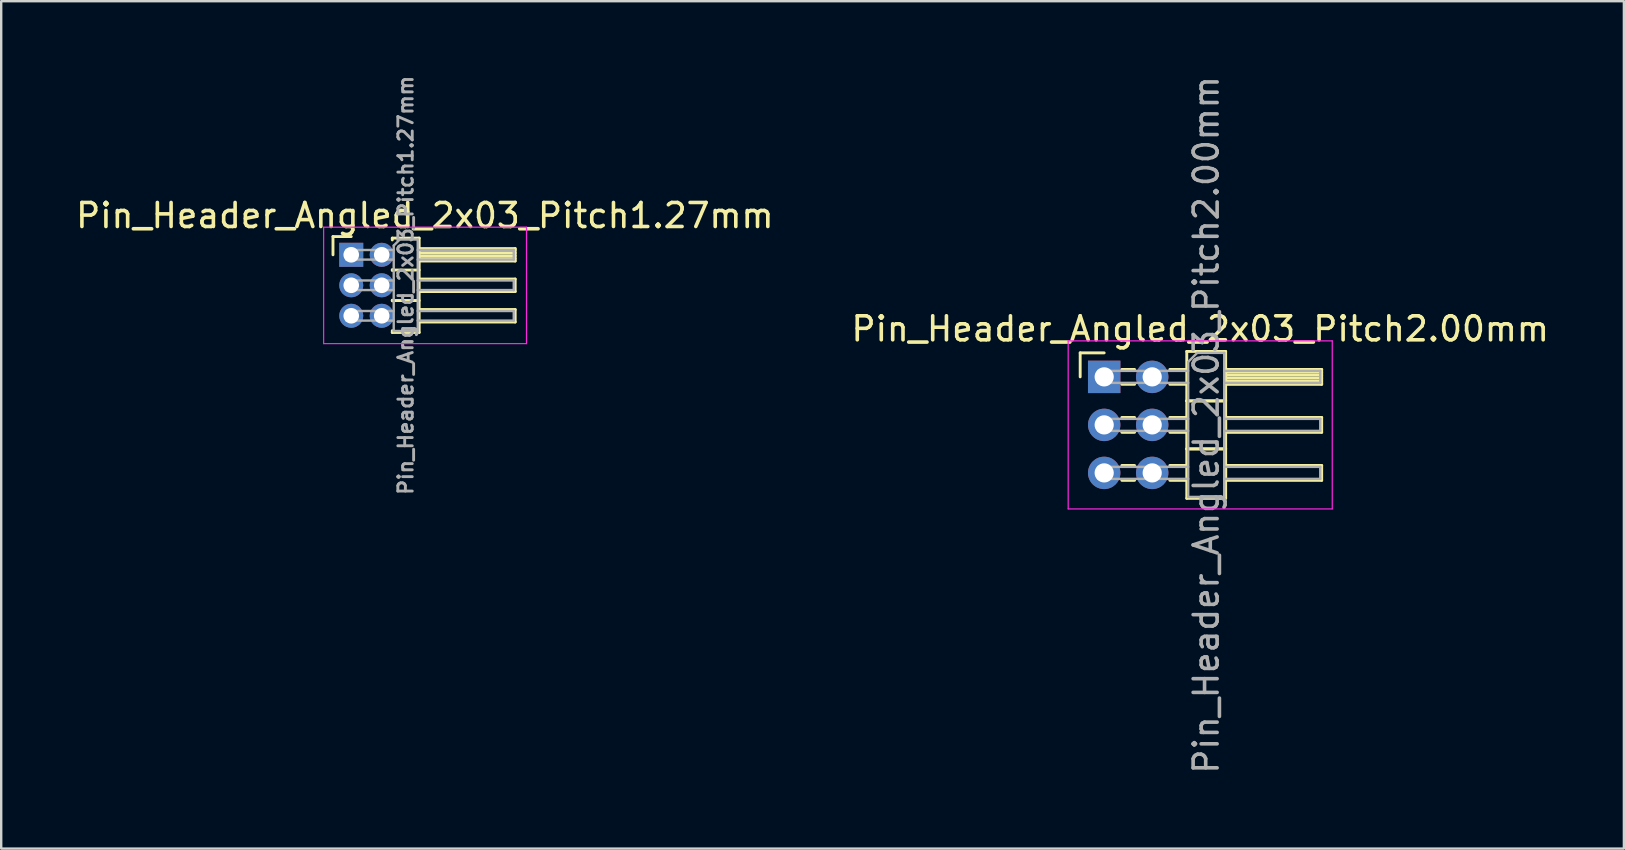
<source format=kicad_pcb>
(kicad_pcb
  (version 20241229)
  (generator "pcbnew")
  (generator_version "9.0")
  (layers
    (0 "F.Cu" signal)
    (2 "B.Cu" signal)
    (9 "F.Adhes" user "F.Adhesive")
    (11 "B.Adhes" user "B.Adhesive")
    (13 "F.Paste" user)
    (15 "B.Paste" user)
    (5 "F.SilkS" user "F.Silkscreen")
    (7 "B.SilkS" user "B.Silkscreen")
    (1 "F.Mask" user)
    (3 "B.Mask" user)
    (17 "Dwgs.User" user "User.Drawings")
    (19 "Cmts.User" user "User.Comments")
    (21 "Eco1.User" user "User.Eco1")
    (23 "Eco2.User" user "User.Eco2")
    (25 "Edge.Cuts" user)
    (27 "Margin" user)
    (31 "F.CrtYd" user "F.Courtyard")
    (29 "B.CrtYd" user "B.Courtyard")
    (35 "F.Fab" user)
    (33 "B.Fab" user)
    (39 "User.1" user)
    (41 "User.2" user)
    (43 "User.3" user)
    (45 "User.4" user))
  (footprint "Pin_Header_Angled_2x03_Pitch1.27mm"
    (layer "F.Cu")
    (at 11.581 7.564)
    (property "Reference" "Pin_Header_Angled_2x03_Pitch1.27mm" (at 3.067 -1.635 0) (layer "F.SilkS") (effects (font (size 1 1) (thickness 0.15))))
    (attr through_hole)
    (fp_line (start -0.76 -0.76) (end 0 -0.76) (stroke (width 0.12) (type solid)) (layer "F.SilkS"))
    (fp_line (start -0.76 0) (end -0.76 -0.76) (stroke (width 0.12) (type solid)) (layer "F.SilkS"))
    (fp_line (start 1.71 -0.695) (end 2.83 -0.695) (stroke (width 0.12) (type solid)) (layer "F.SilkS"))
    (fp_line (start 1.71 -0.62) (end 1.71 -0.695) (stroke (width 0.12) (type solid)) (layer "F.SilkS"))
    (fp_line (start 1.71 0.62) (end 1.71 0.65) (stroke (width 0.12) (type solid)) (layer "F.SilkS"))
    (fp_line (start 1.71 0.635) (end 2.83 0.635) (stroke (width 0.12) (type solid)) (layer "F.SilkS"))
    (fp_line (start 1.71 1.89) (end 1.71 1.92) (stroke (width 0.12) (type solid)) (layer "F.SilkS"))
    (fp_line (start 1.71 1.905) (end 2.83 1.905) (stroke (width 0.12) (type solid)) (layer "F.SilkS"))
    (fp_line (start 1.71 3.235) (end 1.71 3.16) (stroke (width 0.12) (type solid)) (layer "F.SilkS"))
    (fp_line (start 2.83 -0.695) (end 2.83 3.235) (stroke (width 0.12) (type solid)) (layer "F.SilkS"))
    (fp_line (start 2.83 -0.26) (end 6.83 -0.26) (stroke (width 0.12) (type solid)) (layer "F.SilkS"))
    (fp_line (start 2.83 -0.2) (end 6.83 -0.2) (stroke (width 0.12) (type solid)) (layer "F.SilkS"))
    (fp_line (start 2.83 -0.08) (end 6.83 -0.08) (stroke (width 0.12) (type solid)) (layer "F.SilkS"))
    (fp_line (start 2.83 0.04) (end 6.83 0.04) (stroke (width 0.12) (type solid)) (layer "F.SilkS"))
    (fp_line (start 2.83 0.16) (end 6.83 0.16) (stroke (width 0.12) (type solid)) (layer "F.SilkS"))
    (fp_line (start 2.83 1.01) (end 6.83 1.01) (stroke (width 0.12) (type solid)) (layer "F.SilkS"))
    (fp_line (start 2.83 2.28) (end 6.83 2.28) (stroke (width 0.12) (type solid)) (layer "F.SilkS"))
    (fp_line (start 2.83 3.235) (end 1.71 3.235) (stroke (width 0.12) (type solid)) (layer "F.SilkS"))
    (fp_line (start 6.83 -0.26) (end 6.83 0.26) (stroke (width 0.12) (type solid)) (layer "F.SilkS"))
    (fp_line (start 6.83 0.26) (end 2.83 0.26) (stroke (width 0.12) (type solid)) (layer "F.SilkS"))
    (fp_line (start 6.83 1.01) (end 6.83 1.53) (stroke (width 0.12) (type solid)) (layer "F.SilkS"))
    (fp_line (start 6.83 1.53) (end 2.83 1.53) (stroke (width 0.12) (type solid)) (layer "F.SilkS"))
    (fp_line (start 6.83 2.28) (end 6.83 2.8) (stroke (width 0.12) (type solid)) (layer "F.SilkS"))
    (fp_line (start 6.83 2.8) (end 2.83 2.8) (stroke (width 0.12) (type solid)) (layer "F.SilkS"))
    (fp_line (start -1.15 -1.15) (end -1.15 3.7) (stroke (width 0.05) (type solid)) (layer "F.CrtYd"))
    (fp_line (start -1.15 3.7) (end 7.3 3.7) (stroke (width 0.05) (type solid)) (layer "F.CrtYd"))
    (fp_line (start 7.3 -1.15) (end -1.15 -1.15) (stroke (width 0.05) (type solid)) (layer "F.CrtYd"))
    (fp_line (start 7.3 3.7) (end 7.3 -1.15) (stroke (width 0.05) (type solid)) (layer "F.CrtYd"))
    (fp_line (start -0.2 -0.2) (end -0.2 0.2) (stroke (width 0.1) (type solid)) (layer "F.Fab"))
    (fp_line (start -0.2 -0.2) (end 1.77 -0.2) (stroke (width 0.1) (type solid)) (layer "F.Fab"))
    (fp_line (start -0.2 0.2) (end 1.77 0.2) (stroke (width 0.1) (type solid)) (layer "F.Fab"))
    (fp_line (start -0.2 1.07) (end -0.2 1.47) (stroke (width 0.1) (type solid)) (layer "F.Fab"))
    (fp_line (start -0.2 1.07) (end 1.77 1.07) (stroke (width 0.1) (type solid)) (layer "F.Fab"))
    (fp_line (start -0.2 1.47) (end 1.77 1.47) (stroke (width 0.1) (type solid)) (layer "F.Fab"))
    (fp_line (start -0.2 2.34) (end -0.2 2.74) (stroke (width 0.1) (type solid)) (layer "F.Fab"))
    (fp_line (start -0.2 2.34) (end 1.77 2.34) (stroke (width 0.1) (type solid)) (layer "F.Fab"))
    (fp_line (start -0.2 2.74) (end 1.77 2.74) (stroke (width 0.1) (type solid)) (layer "F.Fab"))
    (fp_line (start 1.77 -0.385) (end 2.02 -0.635) (stroke (width 0.1) (type solid)) (layer "F.Fab"))
    (fp_line (start 1.77 3.175) (end 1.77 -0.385) (stroke (width 0.1) (type solid)) (layer "F.Fab"))
    (fp_line (start 2.02 -0.635) (end 2.77 -0.635) (stroke (width 0.1) (type solid)) (layer "F.Fab"))
    (fp_line (start 2.77 -0.635) (end 2.77 3.175) (stroke (width 0.1) (type solid)) (layer "F.Fab"))
    (fp_line (start 2.77 -0.2) (end 6.77 -0.2) (stroke (width 0.1) (type solid)) (layer "F.Fab"))
    (fp_line (start 2.77 0.2) (end 6.77 0.2) (stroke (width 0.1) (type solid)) (layer "F.Fab"))
    (fp_line (start 2.77 1.07) (end 6.77 1.07) (stroke (width 0.1) (type solid)) (layer "F.Fab"))
    (fp_line (start 2.77 1.47) (end 6.77 1.47) (stroke (width 0.1) (type solid)) (layer "F.Fab"))
    (fp_line (start 2.77 2.34) (end 6.77 2.34) (stroke (width 0.1) (type solid)) (layer "F.Fab"))
    (fp_line (start 2.77 2.74) (end 6.77 2.74) (stroke (width 0.1) (type solid)) (layer "F.Fab"))
    (fp_line (start 2.77 3.175) (end 1.77 3.175) (stroke (width 0.1) (type solid)) (layer "F.Fab"))
    (fp_line (start 6.77 -0.2) (end 6.77 0.2) (stroke (width 0.1) (type solid)) (layer "F.Fab"))
    (fp_line (start 6.77 1.07) (end 6.77 1.47) (stroke (width 0.1) (type solid)) (layer "F.Fab"))
    (fp_line (start 6.77 2.34) (end 6.77 2.74) (stroke (width 0.1) (type solid)) (layer "F.Fab"))
    (fp_text user "${REFERENCE}" (at 2.27 1.27 90) (layer "F.Fab") (effects (font (size 0.6 0.6) (thickness 0.12))))
    (pad "1" thru_hole rect (at 0 0) (size 1 1) (drill 0.65) (layers "*.Cu" "*.Mask"))
    (pad "2" thru_hole oval (at 1.27 0) (size 1 1) (drill 0.65) (layers "*.Cu" "*.Mask"))
    (pad "3" thru_hole oval (at 0 1.27) (size 1 1) (drill 0.65) (layers "*.Cu" "*.Mask"))
    (pad "4" thru_hole oval (at 1.27 1.27) (size 1 1) (drill 0.65) (layers "*.Cu" "*.Mask"))
    (pad "5" thru_hole oval (at 0 2.54) (size 1 1) (drill 0.65) (layers "*.Cu" "*.Mask"))
    (pad "6" thru_hole oval (at 1.27 2.54) (size 1 1) (drill 0.65) (layers "*.Cu" "*.Mask")))
  (footprint "Pin_Header_Angled_2x03_Pitch2.00mm"
    (layer "F.Cu")
    (at 42.946 12.649)
    (property "Reference" "Pin_Header_Angled_2x03_Pitch2.00mm" (at 4 -2 0) (layer "F.SilkS") (effects (font (size 1 1) (thickness 0.15))))
    (attr through_hole)
    (fp_line (start -1 -1) (end 0 -1) (stroke (width 0.12) (type solid)) (layer "F.SilkS"))
    (fp_line (start -1 0) (end -1 -1) (stroke (width 0.12) (type solid)) (layer "F.SilkS"))
    (fp_line (start 0.735 -0.31) (end 1.265 -0.31) (stroke (width 0.12) (type solid)) (layer "F.SilkS"))
    (fp_line (start 0.735 0.31) (end 1.265 0.31) (stroke (width 0.12) (type solid)) (layer "F.SilkS"))
    (fp_line (start 0.735 1.69) (end 1.265 1.69) (stroke (width 0.12) (type solid)) (layer "F.SilkS"))
    (fp_line (start 0.735 2.31) (end 1.265 2.31) (stroke (width 0.12) (type solid)) (layer "F.SilkS"))
    (fp_line (start 0.735 3.69) (end 1.265 3.69) (stroke (width 0.12) (type solid)) (layer "F.SilkS"))
    (fp_line (start 0.735 4.31) (end 1.265 4.31) (stroke (width 0.12) (type solid)) (layer "F.SilkS"))
    (fp_line (start 2.735 -0.31) (end 3.44 -0.31) (stroke (width 0.12) (type solid)) (layer "F.SilkS"))
    (fp_line (start 2.735 0.31) (end 3.44 0.31) (stroke (width 0.12) (type solid)) (layer "F.SilkS"))
    (fp_line (start 2.735 1.69) (end 3.44 1.69) (stroke (width 0.12) (type solid)) (layer "F.SilkS"))
    (fp_line (start 2.735 2.31) (end 3.44 2.31) (stroke (width 0.12) (type solid)) (layer "F.SilkS"))
    (fp_line (start 2.735 3.69) (end 3.44 3.69) (stroke (width 0.12) (type solid)) (layer "F.SilkS"))
    (fp_line (start 2.735 4.31) (end 3.44 4.31) (stroke (width 0.12) (type solid)) (layer "F.SilkS"))
    (fp_line (start 3.44 -1.06) (end 3.44 1) (stroke (width 0.12) (type solid)) (layer "F.SilkS"))
    (fp_line (start 3.44 1) (end 3.44 3) (stroke (width 0.12) (type solid)) (layer "F.SilkS"))
    (fp_line (start 3.44 1) (end 5.06 1) (stroke (width 0.12) (type solid)) (layer "F.SilkS"))
    (fp_line (start 3.44 3) (end 3.44 5.06) (stroke (width 0.12) (type solid)) (layer "F.SilkS"))
    (fp_line (start 3.44 3) (end 5.06 3) (stroke (width 0.12) (type solid)) (layer "F.SilkS"))
    (fp_line (start 3.44 5.06) (end 5.06 5.06) (stroke (width 0.12) (type solid)) (layer "F.SilkS"))
    (fp_line (start 5.06 -1.06) (end 3.44 -1.06) (stroke (width 0.12) (type solid)) (layer "F.SilkS"))
    (fp_line (start 5.06 -0.31) (end 5.06 0.31) (stroke (width 0.12) (type solid)) (layer "F.SilkS"))
    (fp_line (start 5.06 -0.19) (end 9.06 -0.19) (stroke (width 0.12) (type solid)) (layer "F.SilkS"))
    (fp_line (start 5.06 -0.07) (end 9.06 -0.07) (stroke (width 0.12) (type solid)) (layer "F.SilkS"))
    (fp_line (start 5.06 0.05) (end 9.06 0.05) (stroke (width 0.12) (type solid)) (layer "F.SilkS"))
    (fp_line (start 5.06 0.17) (end 9.06 0.17) (stroke (width 0.12) (type solid)) (layer "F.SilkS"))
    (fp_line (start 5.06 0.29) (end 9.06 0.29) (stroke (width 0.12) (type solid)) (layer "F.SilkS"))
    (fp_line (start 5.06 0.31) (end 9.06 0.31) (stroke (width 0.12) (type solid)) (layer "F.SilkS"))
    (fp_line (start 5.06 1) (end 3.44 1) (stroke (width 0.12) (type solid)) (layer "F.SilkS"))
    (fp_line (start 5.06 1) (end 5.06 -1.06) (stroke (width 0.12) (type solid)) (layer "F.SilkS"))
    (fp_line (start 5.06 1.69) (end 5.06 2.31) (stroke (width 0.12) (type solid)) (layer "F.SilkS"))
    (fp_line (start 5.06 2.31) (end 9.06 2.31) (stroke (width 0.12) (type solid)) (layer "F.SilkS"))
    (fp_line (start 5.06 3) (end 3.44 3) (stroke (width 0.12) (type solid)) (layer "F.SilkS"))
    (fp_line (start 5.06 3) (end 5.06 1) (stroke (width 0.12) (type solid)) (layer "F.SilkS"))
    (fp_line (start 5.06 3.69) (end 5.06 4.31) (stroke (width 0.12) (type solid)) (layer "F.SilkS"))
    (fp_line (start 5.06 4.31) (end 9.06 4.31) (stroke (width 0.12) (type solid)) (layer "F.SilkS"))
    (fp_line (start 5.06 5.06) (end 5.06 3) (stroke (width 0.12) (type solid)) (layer "F.SilkS"))
    (fp_line (start 9.06 -0.31) (end 5.06 -0.31) (stroke (width 0.12) (type solid)) (layer "F.SilkS"))
    (fp_line (start 9.06 0.31) (end 9.06 -0.31) (stroke (width 0.12) (type solid)) (layer "F.SilkS"))
    (fp_line (start 9.06 1.69) (end 5.06 1.69) (stroke (width 0.12) (type solid)) (layer "F.SilkS"))
    (fp_line (start 9.06 2.31) (end 9.06 1.69) (stroke (width 0.12) (type solid)) (layer "F.SilkS"))
    (fp_line (start 9.06 3.69) (end 5.06 3.69) (stroke (width 0.12) (type solid)) (layer "F.SilkS"))
    (fp_line (start 9.06 4.31) (end 9.06 3.69) (stroke (width 0.12) (type solid)) (layer "F.SilkS"))
    (fp_line (start -1.5 -1.5) (end -1.5 5.5) (stroke (width 0.05) (type solid)) (layer "F.CrtYd"))
    (fp_line (start -1.5 5.5) (end 9.5 5.5) (stroke (width 0.05) (type solid)) (layer "F.CrtYd"))
    (fp_line (start 9.5 -1.5) (end -1.5 -1.5) (stroke (width 0.05) (type solid)) (layer "F.CrtYd"))
    (fp_line (start 9.5 5.5) (end 9.5 -1.5) (stroke (width 0.05) (type solid)) (layer "F.CrtYd"))
    (fp_line (start -0.25 -0.25) (end -0.25 0.25) (stroke (width 0.1) (type solid)) (layer "F.Fab"))
    (fp_line (start -0.25 -0.25) (end 3.5 -0.25) (stroke (width 0.1) (type solid)) (layer "F.Fab"))
    (fp_line (start -0.25 0.25) (end 3.5 0.25) (stroke (width 0.1) (type solid)) (layer "F.Fab"))
    (fp_line (start -0.25 1.75) (end -0.25 2.25) (stroke (width 0.1) (type solid)) (layer "F.Fab"))
    (fp_line (start -0.25 1.75) (end 3.5 1.75) (stroke (width 0.1) (type solid)) (layer "F.Fab"))
    (fp_line (start -0.25 2.25) (end 3.5 2.25) (stroke (width 0.1) (type solid)) (layer "F.Fab"))
    (fp_line (start -0.25 3.75) (end -0.25 4.25) (stroke (width 0.1) (type solid)) (layer "F.Fab"))
    (fp_line (start -0.25 3.75) (end 3.5 3.75) (stroke (width 0.1) (type solid)) (layer "F.Fab"))
    (fp_line (start -0.25 4.25) (end 3.5 4.25) (stroke (width 0.1) (type solid)) (layer "F.Fab"))
    (fp_line (start 3.5 -0.625) (end 3.875 -1) (stroke (width 0.1) (type solid)) (layer "F.Fab"))
    (fp_line (start 3.5 5) (end 3.5 -0.625) (stroke (width 0.1) (type solid)) (layer "F.Fab"))
    (fp_line (start 3.875 -1) (end 5 -1) (stroke (width 0.1) (type solid)) (layer "F.Fab"))
    (fp_line (start 5 -1) (end 5 5) (stroke (width 0.1) (type solid)) (layer "F.Fab"))
    (fp_line (start 5 -0.25) (end 9 -0.25) (stroke (width 0.1) (type solid)) (layer "F.Fab"))
    (fp_line (start 5 0.25) (end 9 0.25) (stroke (width 0.1) (type solid)) (layer "F.Fab"))
    (fp_line (start 5 1.75) (end 9 1.75) (stroke (width 0.1) (type solid)) (layer "F.Fab"))
    (fp_line (start 5 2.25) (end 9 2.25) (stroke (width 0.1) (type solid)) (layer "F.Fab"))
    (fp_line (start 5 3.75) (end 9 3.75) (stroke (width 0.1) (type solid)) (layer "F.Fab"))
    (fp_line (start 5 4.25) (end 9 4.25) (stroke (width 0.1) (type solid)) (layer "F.Fab"))
    (fp_line (start 5 5) (end 3.5 5) (stroke (width 0.1) (type solid)) (layer "F.Fab"))
    (fp_line (start 9 -0.25) (end 9 0.25) (stroke (width 0.1) (type solid)) (layer "F.Fab"))
    (fp_line (start 9 1.75) (end 9 2.25) (stroke (width 0.1) (type solid)) (layer "F.Fab"))
    (fp_line (start 9 3.75) (end 9 4.25) (stroke (width 0.1) (type solid)) (layer "F.Fab"))
    (fp_text user "${REFERENCE}" (at 4.25 2 90) (layer "F.Fab") (effects (font (size 1 1) (thickness 0.15))))
    (pad "1" thru_hole rect (at 0 0) (size 1.35 1.35) (drill 0.8) (layers "*.Cu" "*.Mask"))
    (pad "2" thru_hole oval (at 2 0) (size 1.35 1.35) (drill 0.8) (layers "*.Cu" "*.Mask"))
    (pad "3" thru_hole oval (at 0 2) (size 1.35 1.35) (drill 0.8) (layers "*.Cu" "*.Mask"))
    (pad "4" thru_hole oval (at 2 2) (size 1.35 1.35) (drill 0.8) (layers "*.Cu" "*.Mask"))
    (pad "5" thru_hole oval (at 0 4) (size 1.35 1.35) (drill 0.8) (layers "*.Cu" "*.Mask"))
    (pad "6" thru_hole oval (at 2 4) (size 1.35 1.35) (drill 0.8) (layers "*.Cu" "*.Mask")))
  (gr_rect
    (start -3 -3)
    (end 64.595 32.298)
    (stroke (width 0.1) (type default))
    (fill no)
    (layer "Edge.Cuts")))
</source>
